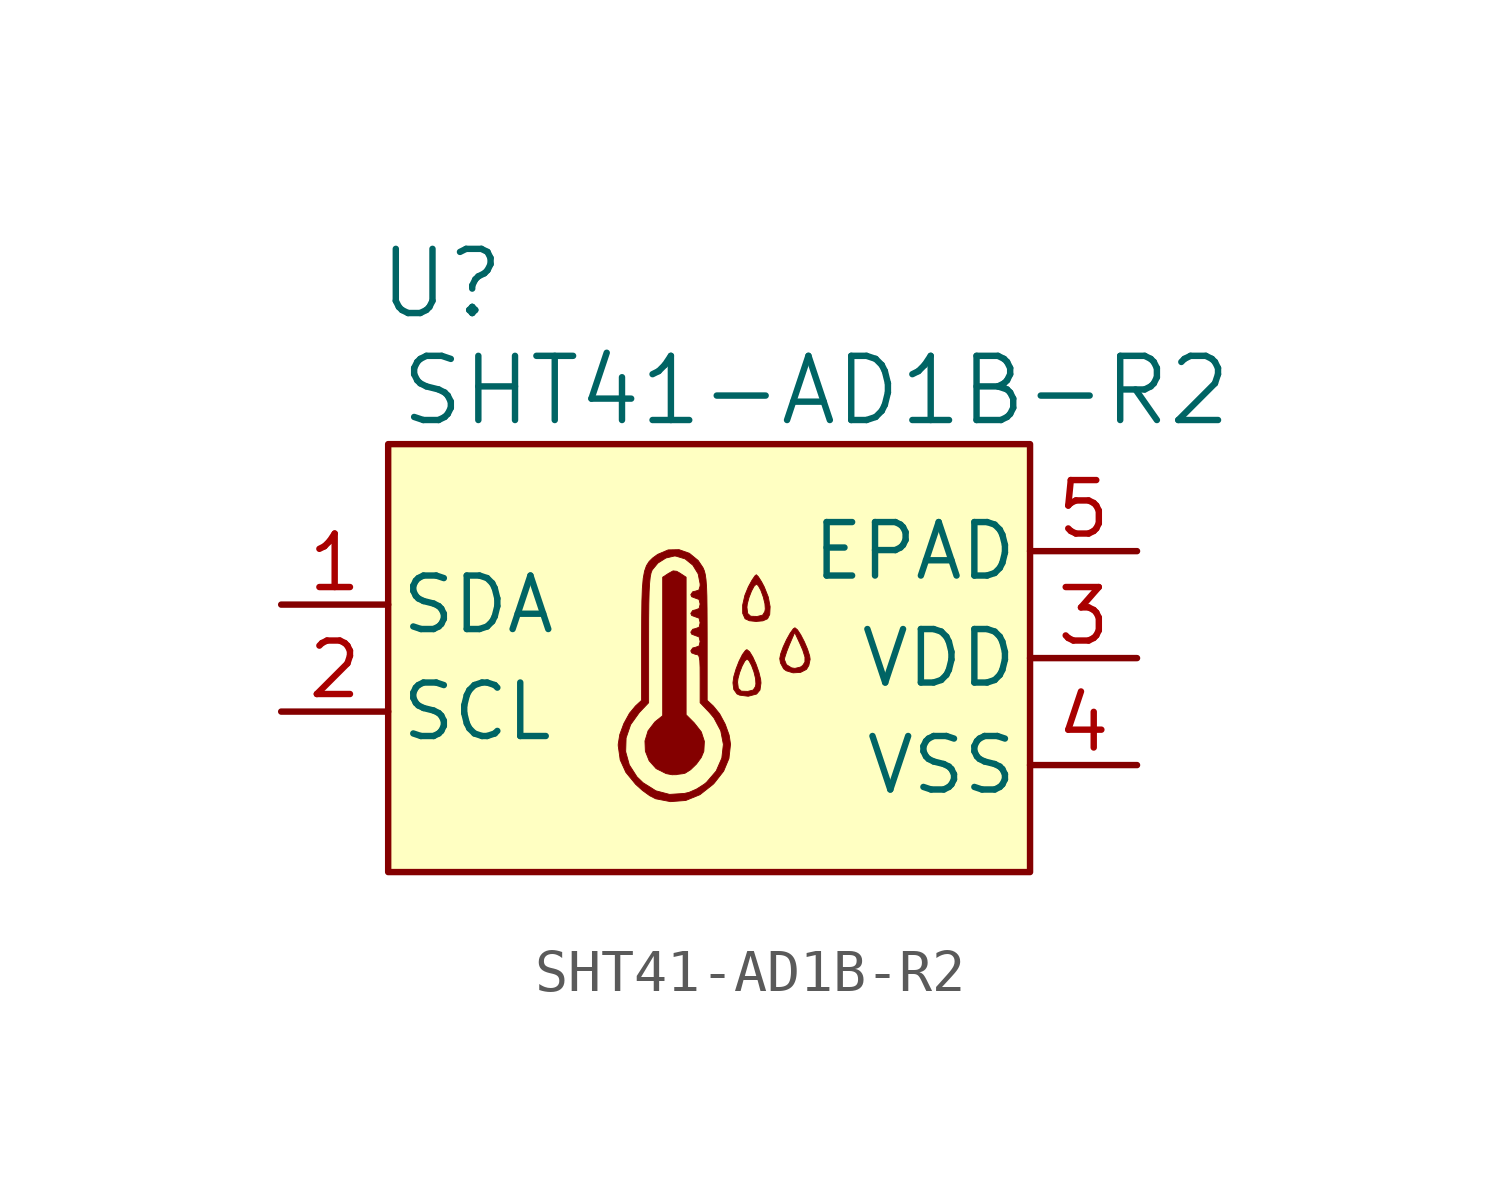
<source format=kicad_sym>
(kicad_symbol_lib
  (version 20220914)
  (generator kicad_symbol_editor)
  (symbol "SHT41-AD1B-R2"
    (pin_names
      (offset 0.254))
    (property "Reference" "U"
      (at -6.35 8.89 0)
      (effects (font (size 1.524 1.524))))
    (property "Value" "SHT41-AD1B-R2"
      (at 2.54 6.35 0)
      (effects (font (size 1.524 1.524))))
    (symbol "SHT41-AD1B-R2_0_0"
      (polyline (pts (xy -0.778 -2.768) (xy -0.754 -2.761) (xy -0.627 -2.745) (xy -0.571 -2.733) (xy -0.439 -2.65) (xy -0.3 -2.515) (xy -0.186 -2.359) (xy -0.125 -2.213) (xy -0.112 -1.978) (xy -0.184 -1.754) (xy -0.355 -1.536) (xy -0.546 -1.345) (xy -0.546 0.288) (xy -0.546 1.921) (xy -0.685 2.012) (xy -0.769 2.061) (xy -0.855 2.071) (xy -0.963 2.012) (xy -1.102 1.921) (xy -1.102 0.277) (xy -1.102 -1.367) (xy -1.242 -1.478) (xy -1.289 -1.517) (xy -1.45 -1.728) (xy -1.523 -1.968) (xy -1.513 -2.212) (xy -1.423 -2.438) (xy -1.258 -2.623) (xy -1.021 -2.742) (xy -0.881 -2.769) (xy -0.778 -2.768)) (stroke (width 0.01) (type default)) (fill (type outline)))
      (polyline (pts (xy 2.173 -0.339) (xy 2.312 -0.268) (xy 2.368 -0.175) (xy 2.399 -0.028) (xy 2.387 0.055) (xy 2.337 0.211) (xy 2.262 0.387) (xy 2.177 0.551) (xy 2.097 0.673) (xy 2.038 0.72) (xy 1.999 0.696) (xy 1.925 0.593) (xy 1.839 0.439) (xy 1.759 0.266) (xy 1.7 0.104) (xy 1.677 -0.013) (xy 1.681 -0.035) (xy 1.788 -0.035) (xy 1.798 0.018) (xy 1.842 0.154) (xy 1.91 0.326) (xy 2.033 0.61) (xy 2.16 0.336) (xy 2.223 0.192) (xy 2.276 0.023) (xy 2.275 -0.092) (xy 2.221 -0.177) (xy 2.166 -0.214) (xy 2.038 -0.244) (xy 1.958 -0.232) (xy 1.837 -0.156) (xy 1.788 -0.035) (xy 1.681 -0.035) (xy 1.695 -0.117) (xy 1.769 -0.254) (xy 1.831 -0.301) (xy 1.994 -0.35) (xy 2.173 -0.339)) (stroke (width 0.01) (type default)) (fill (type outline)))
      (polyline (pts (xy 1.278 0.885) (xy 1.388 0.934) (xy 1.439 1.035) (xy 1.449 1.22) (xy 1.406 1.448) (xy 1.31 1.69) (xy 1.244 1.815) (xy 1.168 1.933) (xy 1.121 1.979) (xy 1.087 1.951) (xy 1.016 1.846) (xy 0.931 1.69) (xy 0.849 1.49) (xy 0.796 1.258) (xy 0.796 1.208) (xy 0.898 1.208) (xy 0.907 1.286) (xy 0.947 1.437) (xy 1.006 1.59) (xy 1.07 1.709) (xy 1.123 1.757) (xy 1.169 1.719) (xy 1.23 1.606) (xy 1.286 1.451) (xy 1.325 1.293) (xy 1.334 1.168) (xy 1.323 1.105) (xy 1.271 1.021) (xy 1.147 0.99) (xy 1.136 0.989) (xy 0.987 0.994) (xy 0.916 1.06) (xy 0.898 1.208) (xy 0.796 1.208) (xy 0.797 1.063) (xy 0.854 0.934) (xy 0.956 0.887) (xy 1.116 0.87) (xy 1.278 0.885)) (stroke (width 0.01) (type default)) (fill (type outline)))
      (polyline (pts (xy 1.125 -0.854) (xy 1.131 -0.85) (xy 1.208 -0.758) (xy 1.232 -0.59) (xy 1.224 -0.507) (xy 1.182 -0.334) (xy 1.116 -0.146) (xy 1.038 0.026) (xy 0.961 0.152) (xy 0.898 0.201) (xy 0.864 0.183) (xy 0.791 0.085) (xy 0.712 -0.072) (xy 0.64 -0.257) (xy 0.586 -0.44) (xy 0.568 -0.57) (xy 0.676 -0.57) (xy 0.685 -0.492) (xy 0.725 -0.342) (xy 0.784 -0.189) (xy 0.848 -0.07) (xy 0.9 -0.022) (xy 0.946 -0.059) (xy 1.007 -0.173) (xy 1.064 -0.327) (xy 1.103 -0.485) (xy 1.111 -0.611) (xy 1.101 -0.673) (xy 1.048 -0.757) (xy 0.924 -0.789) (xy 0.913 -0.79) (xy 0.765 -0.785) (xy 0.694 -0.719) (xy 0.676 -0.57) (xy 0.568 -0.57) (xy 0.566 -0.589) (xy 0.585 -0.743) (xy 0.662 -0.851) (xy 0.726 -0.88) (xy 0.929 -0.906) (xy 1.125 -0.854)) (stroke (width 0.01) (type default)) (fill (type outline)))
      (polyline (pts (xy -0.554 -3.38) (xy -0.217 -3.243) (xy 0.095 -2.997) (xy 0.124 -2.967) (xy 0.346 -2.683) (xy 0.471 -2.384) (xy 0.509 -2.044) (xy 0.476 -1.829) (xy 0.383 -1.57) (xy 0.251 -1.324) (xy 0.1 -1.138) (xy -0.046 -1.003) (xy -0.046 0.474) (xy -0.047 0.789) (xy -0.049 1.176) (xy -0.053 1.475) (xy -0.061 1.7) (xy -0.074 1.866) (xy -0.091 1.986) (xy -0.114 2.074) (xy -0.144 2.145) (xy -0.26 2.318) (xy -0.469 2.489) (xy -0.714 2.575) (xy -0.972 2.569) (xy -1.219 2.464) (xy -1.238 2.451) (xy -1.342 2.375) (xy -1.424 2.294) (xy -1.487 2.195) (xy -1.533 2.064) (xy -1.565 1.889) (xy -1.585 1.655) (xy -1.596 1.351) (xy -1.601 0.961) (xy -1.603 0.474) (xy -1.603 -1.003) (xy -1.749 -1.138) (xy -1.891 -1.31) (xy -2.025 -1.554) (xy -2.121 -1.815) (xy -2.158 -2.044) (xy -2.158 -2.083) (xy -2.138 -2.222) (xy -1.981 -2.222) (xy -1.971 -1.897) (xy -1.863 -1.58) (xy -1.655 -1.29) (xy -1.436 -1.06) (xy -1.436 0.435) (xy -1.436 0.48) (xy -1.435 0.936) (xy -1.431 1.296) (xy -1.424 1.572) (xy -1.413 1.776) (xy -1.398 1.923) (xy -1.378 2.023) (xy -1.351 2.092) (xy -1.351 2.092) (xy -1.216 2.256) (xy -1.024 2.377) (xy -0.824 2.424) (xy -0.789 2.422) (xy -0.571 2.356) (xy -0.387 2.207) (xy -0.26 2) (xy -0.213 1.76) (xy -0.214 1.712) (xy -0.243 1.616) (xy -0.324 1.59) (xy -0.389 1.575) (xy -0.435 1.507) (xy -0.415 1.458) (xy -0.324 1.423) (xy -0.239 1.393) (xy -0.213 1.284) (xy -0.237 1.178) (xy -0.324 1.145) (xy -0.389 1.13) (xy -0.435 1.062) (xy -0.415 1.013) (xy -0.324 0.979) (xy -0.239 0.949) (xy -0.213 0.84) (xy -0.237 0.733) (xy -0.324 0.701) (xy -0.389 0.685) (xy -0.435 0.617) (xy -0.415 0.569) (xy -0.324 0.534) (xy -0.239 0.504) (xy -0.213 0.395) (xy -0.237 0.289) (xy -0.324 0.256) (xy -0.389 0.241) (xy -0.435 0.173) (xy -0.415 0.124) (xy -0.324 0.089) (xy -0.313 0.089) (xy -0.267 0.078) (xy -0.237 0.035) (xy -0.221 -0.061) (xy -0.214 -0.227) (xy -0.213 -0.485) (xy -0.213 -1.06) (xy 0.006 -1.29) (xy 0.113 -1.418) (xy 0.276 -1.724) (xy 0.339 -2.049) (xy 0.302 -2.374) (xy 0.168 -2.681) (xy -0.064 -2.951) (xy -0.117 -2.994) (xy -0.301 -3.111) (xy -0.475 -3.187) (xy -0.586 -3.213) (xy -0.938 -3.236) (xy -1.263 -3.151) (xy -1.568 -2.959) (xy -1.711 -2.821) (xy -1.894 -2.536) (xy -1.981 -2.222) (xy -2.138 -2.222) (xy -2.111 -2.417) (xy -1.976 -2.714) (xy -1.743 -2.998) (xy -1.583 -3.142) (xy -1.409 -3.268) (xy -1.269 -3.34) (xy -0.916 -3.408) (xy -0.554 -3.38)) (stroke (width 0.01) (type default)) (fill (type outline))))
    (symbol "SHT41-AD1B-R2_1_1"
      (rectangle (start -7.62 5.08) (end 7.62 -5.08) (stroke (width 0) (type default)) (fill (type background)))
      (pin bidirectional line (at -10.16 1.27 0) (length 2.54) (name "SDA" (effects (font (size 1.27 1.27)))) (number "1" (effects (font (size 1.27 1.27)))))
      (pin input line (at -10.16 -1.27 0) (length 2.54) (name "SCL" (effects (font (size 1.27 1.27)))) (number "2" (effects (font (size 1.27 1.27)))))
      (pin power_in line (at 10.16 0 180) (length 2.54) (name "VDD" (effects (font (size 1.27 1.27)))) (number "3" (effects (font (size 1.27 1.27)))))
      (pin power_out line (at 10.16 -2.54 180) (length 2.54) (name "VSS" (effects (font (size 1.27 1.27)))) (number "4" (effects (font (size 1.27 1.27)))))
      (pin unspecified line (at 10.16 2.54 180) (length 2.54) (name "EPAD" (effects (font (size 1.27 1.27)))) (number "5" (effects (font (size 1.27 1.27))))))))
</source>
